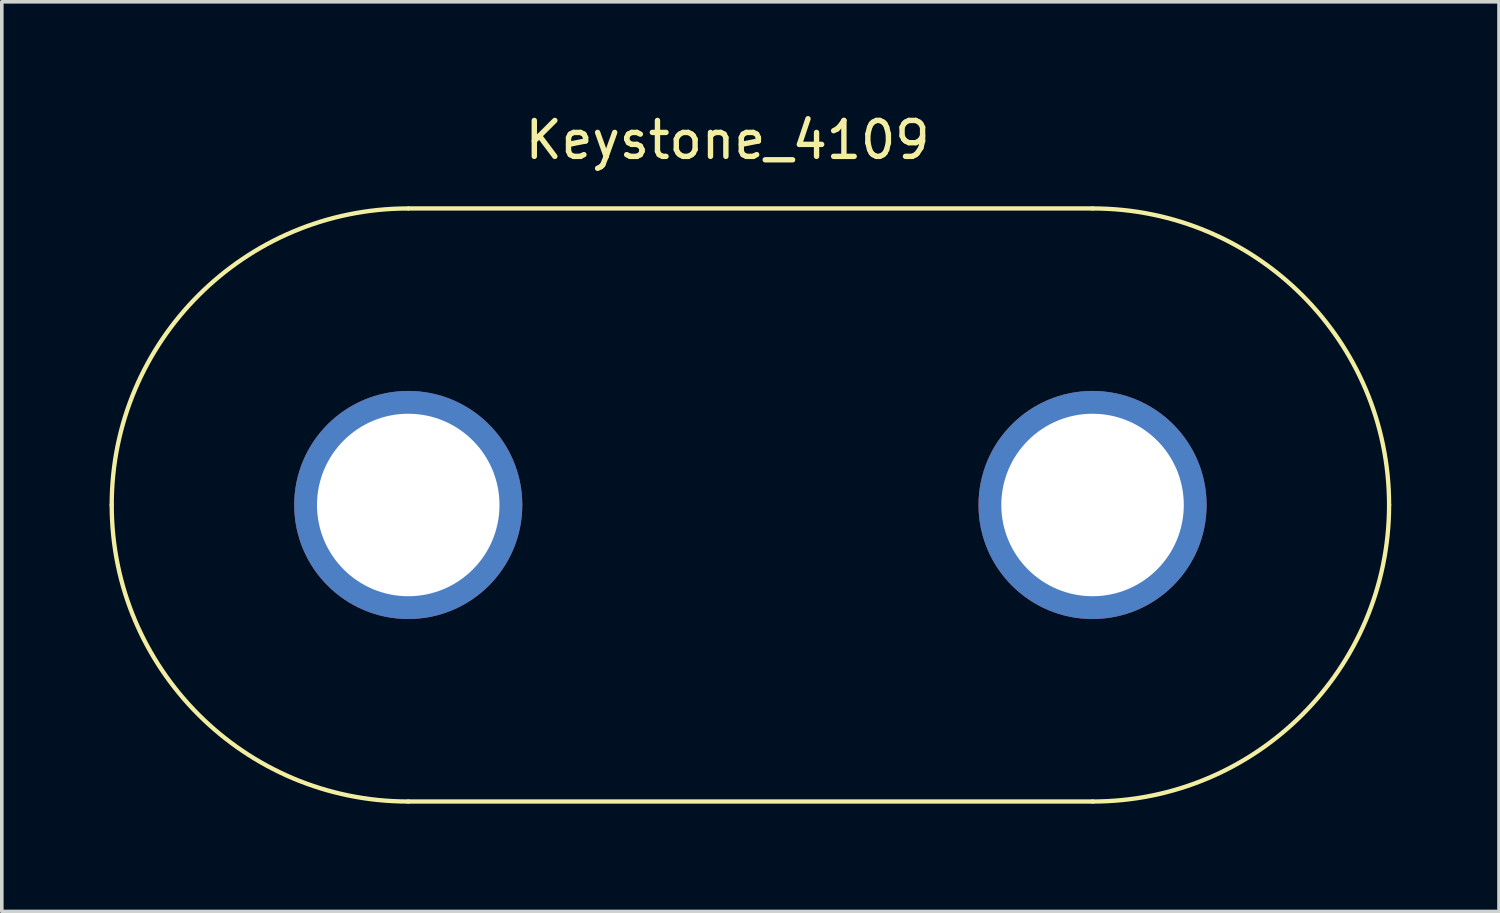
<source format=kicad_pcb>
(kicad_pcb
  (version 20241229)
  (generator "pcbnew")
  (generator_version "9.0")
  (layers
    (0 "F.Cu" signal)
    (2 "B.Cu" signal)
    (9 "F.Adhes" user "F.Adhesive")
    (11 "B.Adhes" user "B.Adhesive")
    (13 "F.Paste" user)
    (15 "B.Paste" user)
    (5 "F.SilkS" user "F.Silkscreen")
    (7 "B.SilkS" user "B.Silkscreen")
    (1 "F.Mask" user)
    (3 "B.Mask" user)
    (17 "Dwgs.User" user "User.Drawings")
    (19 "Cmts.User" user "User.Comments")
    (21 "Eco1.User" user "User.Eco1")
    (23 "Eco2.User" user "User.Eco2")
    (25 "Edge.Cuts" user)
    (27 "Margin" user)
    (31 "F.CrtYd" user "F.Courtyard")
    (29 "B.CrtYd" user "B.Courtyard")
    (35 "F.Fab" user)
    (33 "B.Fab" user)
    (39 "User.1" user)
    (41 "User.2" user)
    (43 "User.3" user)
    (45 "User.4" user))
  (footprint "Keystone_4109"
    (layer "F.Cu")
    (at 8.315 11.008)
    (property "Reference" "Keystone_4109" (at 8.89 -10.16 0) (layer "F.SilkS") (effects (font (size 1 1) (thickness 0.15))))
    (attr through_hole)
    (fp_line (start 0 8.255) (end 19.05 8.255) (stroke (width 0.12) (type solid)) (layer "F.SilkS"))
    (fp_line (start 19.05 -8.255) (end 0 -8.255) (stroke (width 0.12) (type solid)) (layer "F.SilkS"))
    (fp_arc (start -8.255 0) (mid -5.837166 -5.837166) (end 0 -8.255) (stroke (width 0.12) (type solid)) (layer "F.SilkS"))
    (fp_arc (start 0 8.255) (mid -5.837166 5.837166) (end -8.255 0) (stroke (width 0.12) (type solid)) (layer "F.SilkS"))
    (fp_arc (start 19.05 -8.255) (mid 24.887166 -5.837166) (end 27.305 0) (stroke (width 0.12) (type solid)) (layer "F.SilkS"))
    (fp_arc (start 27.305 0) (mid 24.887166 5.837166) (end 19.05 8.255) (stroke (width 0.12) (type solid)) (layer "F.SilkS"))
    (pad "1" thru_hole circle (at 0 0) (size 6.35 6.35) (drill 5.08) (layers "*.Cu" "*.Mask"))
    (pad "2" thru_hole circle (at 19.05 0) (size 6.35 6.35) (drill 5.08) (layers "*.Cu" "*.Mask")))
  (gr_rect
    (start -3 -3)
    (end 38.68 22.323)
    (stroke (width 0.1) (type default))
    (fill no)
    (layer "Edge.Cuts")))
</source>
